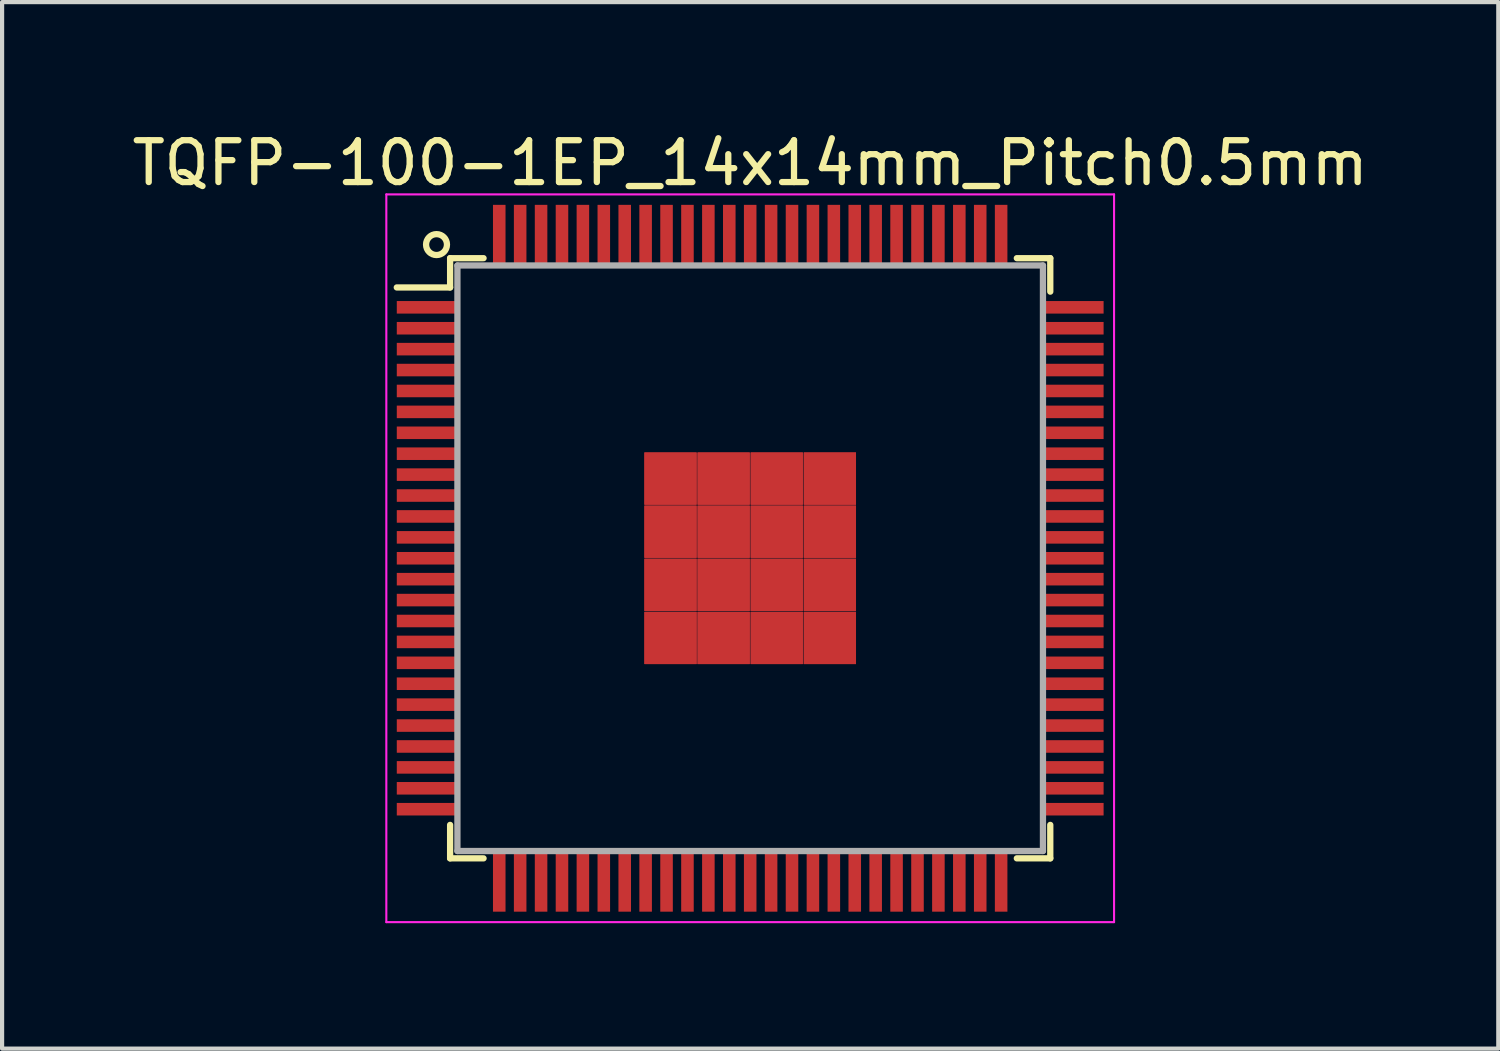
<source format=kicad_pcb>
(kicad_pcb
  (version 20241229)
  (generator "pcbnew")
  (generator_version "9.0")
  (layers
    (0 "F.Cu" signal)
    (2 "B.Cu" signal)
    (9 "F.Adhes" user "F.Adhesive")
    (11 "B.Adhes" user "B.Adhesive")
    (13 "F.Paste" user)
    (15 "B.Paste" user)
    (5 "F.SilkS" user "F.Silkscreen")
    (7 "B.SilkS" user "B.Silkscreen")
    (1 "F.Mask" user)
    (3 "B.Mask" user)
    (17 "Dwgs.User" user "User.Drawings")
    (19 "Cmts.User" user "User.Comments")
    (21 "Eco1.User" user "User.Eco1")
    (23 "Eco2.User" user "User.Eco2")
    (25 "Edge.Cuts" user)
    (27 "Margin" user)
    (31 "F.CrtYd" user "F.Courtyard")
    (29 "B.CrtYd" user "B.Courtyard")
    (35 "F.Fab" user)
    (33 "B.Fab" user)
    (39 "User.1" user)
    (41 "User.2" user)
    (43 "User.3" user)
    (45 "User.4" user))
  (footprint "TQFP-100-1EP_14x14mm_Pitch0.5mm"
    (layer "F.Cu")
    (at 14.887 10.298)
    (property "Reference" "TQFP-100-1EP_14x14mm_Pitch0.5mm" (at 0 -9.45 0) (layer "F.SilkS") (effects (font (size 1 1) (thickness 0.15))))
    (attr smd)
    (fp_line (start -7.175 -7.175) (end -7.175 -6.475) (stroke (width 0.15) (type solid)) (layer "F.SilkS"))
    (fp_line (start -7.175 -7.175) (end -6.375 -7.175) (stroke (width 0.15) (type solid)) (layer "F.SilkS"))
    (fp_line (start -7.175 -6.475) (end -8.45 -6.475) (stroke (width 0.15) (type solid)) (layer "F.SilkS"))
    (fp_line (start -7.175 7.175) (end -7.175 6.375) (stroke (width 0.15) (type solid)) (layer "F.SilkS"))
    (fp_line (start -7.175 7.175) (end -6.375 7.175) (stroke (width 0.15) (type solid)) (layer "F.SilkS"))
    (fp_line (start 7.175 -7.175) (end 6.375 -7.175) (stroke (width 0.15) (type solid)) (layer "F.SilkS"))
    (fp_line (start 7.175 -7.175) (end 7.175 -6.375) (stroke (width 0.15) (type solid)) (layer "F.SilkS"))
    (fp_line (start 7.175 7.175) (end 6.375 7.175) (stroke (width 0.15) (type solid)) (layer "F.SilkS"))
    (fp_line (start 7.175 7.175) (end 7.175 6.375) (stroke (width 0.15) (type solid)) (layer "F.SilkS"))
    (fp_circle (center -7.5 -7.5) (end -7.25 -7.5) (stroke (width 0.15) (type solid)) (fill no) (layer "F.SilkS"))
    (fp_line (start -8.7 -8.7) (end -8.7 8.7) (stroke (width 0.05) (type solid)) (layer "F.CrtYd"))
    (fp_line (start -8.7 -8.7) (end 8.7 -8.7) (stroke (width 0.05) (type solid)) (layer "F.CrtYd"))
    (fp_line (start -8.7 8.7) (end 8.7 8.7) (stroke (width 0.05) (type solid)) (layer "F.CrtYd"))
    (fp_line (start 8.7 -8.7) (end 8.7 8.7) (stroke (width 0.05) (type solid)) (layer "F.CrtYd"))
    (fp_line (start -7 -7) (end -7 7) (stroke (width 0.15) (type solid)) (layer "F.Fab"))
    (fp_line (start -7 7) (end 7 7) (stroke (width 0.15) (type solid)) (layer "F.Fab"))
    (fp_line (start 7 -7) (end -7 -7) (stroke (width 0.15) (type solid)) (layer "F.Fab"))
    (fp_line (start 7 7) (end 7 -7) (stroke (width 0.15) (type solid)) (layer "F.Fab"))
    (pad "1" smd rect (at -7.7 -6) (size 1.5 0.3) (layers "F.Cu" "F.Mask" "F.Paste"))
    (pad "2" smd rect (at -7.7 -5.5) (size 1.5 0.3) (layers "F.Cu" "F.Mask" "F.Paste"))
    (pad "3" smd rect (at -7.7 -5) (size 1.5 0.3) (layers "F.Cu" "F.Mask" "F.Paste"))
    (pad "4" smd rect (at -7.7 -4.5) (size 1.5 0.3) (layers "F.Cu" "F.Mask" "F.Paste"))
    (pad "5" smd rect (at -7.7 -4) (size 1.5 0.3) (layers "F.Cu" "F.Mask" "F.Paste"))
    (pad "6" smd rect (at -7.7 -3.5) (size 1.5 0.3) (layers "F.Cu" "F.Mask" "F.Paste"))
    (pad "7" smd rect (at -7.7 -3) (size 1.5 0.3) (layers "F.Cu" "F.Mask" "F.Paste"))
    (pad "8" smd rect (at -7.7 -2.5) (size 1.5 0.3) (layers "F.Cu" "F.Mask" "F.Paste"))
    (pad "9" smd rect (at -7.7 -2) (size 1.5 0.3) (layers "F.Cu" "F.Mask" "F.Paste"))
    (pad "10" smd rect (at -7.7 -1.5) (size 1.5 0.3) (layers "F.Cu" "F.Mask" "F.Paste"))
    (pad "11" smd rect (at -7.7 -1) (size 1.5 0.3) (layers "F.Cu" "F.Mask" "F.Paste"))
    (pad "12" smd rect (at -7.7 -0.5) (size 1.5 0.3) (layers "F.Cu" "F.Mask" "F.Paste"))
    (pad "13" smd rect (at -7.7 0) (size 1.5 0.3) (layers "F.Cu" "F.Mask" "F.Paste"))
    (pad "14" smd rect (at -7.7 0.5) (size 1.5 0.3) (layers "F.Cu" "F.Mask" "F.Paste"))
    (pad "15" smd rect (at -7.7 1) (size 1.5 0.3) (layers "F.Cu" "F.Mask" "F.Paste"))
    (pad "16" smd rect (at -7.7 1.5) (size 1.5 0.3) (layers "F.Cu" "F.Mask" "F.Paste"))
    (pad "17" smd rect (at -7.7 2) (size 1.5 0.3) (layers "F.Cu" "F.Mask" "F.Paste"))
    (pad "18" smd rect (at -7.7 2.5) (size 1.5 0.3) (layers "F.Cu" "F.Mask" "F.Paste"))
    (pad "19" smd rect (at -7.7 3) (size 1.5 0.3) (layers "F.Cu" "F.Mask" "F.Paste"))
    (pad "20" smd rect (at -7.7 3.5) (size 1.5 0.3) (layers "F.Cu" "F.Mask" "F.Paste"))
    (pad "21" smd rect (at -7.7 4) (size 1.5 0.3) (layers "F.Cu" "F.Mask" "F.Paste"))
    (pad "22" smd rect (at -7.7 4.5) (size 1.5 0.3) (layers "F.Cu" "F.Mask" "F.Paste"))
    (pad "23" smd rect (at -7.7 5) (size 1.5 0.3) (layers "F.Cu" "F.Mask" "F.Paste"))
    (pad "24" smd rect (at -7.7 5.5) (size 1.5 0.3) (layers "F.Cu" "F.Mask" "F.Paste"))
    (pad "25" smd rect (at -7.7 6) (size 1.5 0.3) (layers "F.Cu" "F.Mask" "F.Paste"))
    (pad "26" smd rect (at -6 7.7 90) (size 1.5 0.3) (layers "F.Cu" "F.Mask" "F.Paste"))
    (pad "27" smd rect (at -5.5 7.7 90) (size 1.5 0.3) (layers "F.Cu" "F.Mask" "F.Paste"))
    (pad "28" smd rect (at -5 7.7 90) (size 1.5 0.3) (layers "F.Cu" "F.Mask" "F.Paste"))
    (pad "29" smd rect (at -4.5 7.7 90) (size 1.5 0.3) (layers "F.Cu" "F.Mask" "F.Paste"))
    (pad "30" smd rect (at -4 7.7 90) (size 1.5 0.3) (layers "F.Cu" "F.Mask" "F.Paste"))
    (pad "31" smd rect (at -3.5 7.7 90) (size 1.5 0.3) (layers "F.Cu" "F.Mask" "F.Paste"))
    (pad "32" smd rect (at -3 7.7 90) (size 1.5 0.3) (layers "F.Cu" "F.Mask" "F.Paste"))
    (pad "33" smd rect (at -2.5 7.7 90) (size 1.5 0.3) (layers "F.Cu" "F.Mask" "F.Paste"))
    (pad "34" smd rect (at -2 7.7 90) (size 1.5 0.3) (layers "F.Cu" "F.Mask" "F.Paste"))
    (pad "35" smd rect (at -1.5 7.7 90) (size 1.5 0.3) (layers "F.Cu" "F.Mask" "F.Paste"))
    (pad "36" smd rect (at -1 7.7 90) (size 1.5 0.3) (layers "F.Cu" "F.Mask" "F.Paste"))
    (pad "37" smd rect (at -0.5 7.7 90) (size 1.5 0.3) (layers "F.Cu" "F.Mask" "F.Paste"))
    (pad "38" smd rect (at 0 7.7 90) (size 1.5 0.3) (layers "F.Cu" "F.Mask" "F.Paste"))
    (pad "39" smd rect (at 0.5 7.7 90) (size 1.5 0.3) (layers "F.Cu" "F.Mask" "F.Paste"))
    (pad "40" smd rect (at 1 7.7 90) (size 1.5 0.3) (layers "F.Cu" "F.Mask" "F.Paste"))
    (pad "41" smd rect (at 1.5 7.7 90) (size 1.5 0.3) (layers "F.Cu" "F.Mask" "F.Paste"))
    (pad "42" smd rect (at 2 7.7 90) (size 1.5 0.3) (layers "F.Cu" "F.Mask" "F.Paste"))
    (pad "43" smd rect (at 2.5 7.7 90) (size 1.5 0.3) (layers "F.Cu" "F.Mask" "F.Paste"))
    (pad "44" smd rect (at 3 7.7 90) (size 1.5 0.3) (layers "F.Cu" "F.Mask" "F.Paste"))
    (pad "45" smd rect (at 3.5 7.7 90) (size 1.5 0.3) (layers "F.Cu" "F.Mask" "F.Paste"))
    (pad "46" smd rect (at 4 7.7 90) (size 1.5 0.3) (layers "F.Cu" "F.Mask" "F.Paste"))
    (pad "47" smd rect (at 4.5 7.7 90) (size 1.5 0.3) (layers "F.Cu" "F.Mask" "F.Paste"))
    (pad "48" smd rect (at 5 7.7 90) (size 1.5 0.3) (layers "F.Cu" "F.Mask" "F.Paste"))
    (pad "49" smd rect (at 5.5 7.7 90) (size 1.5 0.3) (layers "F.Cu" "F.Mask" "F.Paste"))
    (pad "50" smd rect (at 6 7.7 90) (size 1.5 0.3) (layers "F.Cu" "F.Mask" "F.Paste"))
    (pad "51" smd rect (at 7.7 6) (size 1.5 0.3) (layers "F.Cu" "F.Mask" "F.Paste"))
    (pad "52" smd rect (at 7.7 5.5) (size 1.5 0.3) (layers "F.Cu" "F.Mask" "F.Paste"))
    (pad "53" smd rect (at 7.7 5) (size 1.5 0.3) (layers "F.Cu" "F.Mask" "F.Paste"))
    (pad "54" smd rect (at 7.7 4.5) (size 1.5 0.3) (layers "F.Cu" "F.Mask" "F.Paste"))
    (pad "55" smd rect (at 7.7 4) (size 1.5 0.3) (layers "F.Cu" "F.Mask" "F.Paste"))
    (pad "56" smd rect (at 7.7 3.5) (size 1.5 0.3) (layers "F.Cu" "F.Mask" "F.Paste"))
    (pad "57" smd rect (at 7.7 3) (size 1.5 0.3) (layers "F.Cu" "F.Mask" "F.Paste"))
    (pad "58" smd rect (at 7.7 2.5) (size 1.5 0.3) (layers "F.Cu" "F.Mask" "F.Paste"))
    (pad "59" smd rect (at 7.7 2) (size 1.5 0.3) (layers "F.Cu" "F.Mask" "F.Paste"))
    (pad "60" smd rect (at 7.7 1.5) (size 1.5 0.3) (layers "F.Cu" "F.Mask" "F.Paste"))
    (pad "61" smd rect (at 7.7 1) (size 1.5 0.3) (layers "F.Cu" "F.Mask" "F.Paste"))
    (pad "62" smd rect (at 7.7 0.5) (size 1.5 0.3) (layers "F.Cu" "F.Mask" "F.Paste"))
    (pad "63" smd rect (at 7.7 0) (size 1.5 0.3) (layers "F.Cu" "F.Mask" "F.Paste"))
    (pad "64" smd rect (at 7.7 -0.5) (size 1.5 0.3) (layers "F.Cu" "F.Mask" "F.Paste"))
    (pad "65" smd rect (at 7.7 -1) (size 1.5 0.3) (layers "F.Cu" "F.Mask" "F.Paste"))
    (pad "66" smd rect (at 7.7 -1.5) (size 1.5 0.3) (layers "F.Cu" "F.Mask" "F.Paste"))
    (pad "67" smd rect (at 7.7 -2) (size 1.5 0.3) (layers "F.Cu" "F.Mask" "F.Paste"))
    (pad "68" smd rect (at 7.7 -2.5) (size 1.5 0.3) (layers "F.Cu" "F.Mask" "F.Paste"))
    (pad "69" smd rect (at 7.7 -3) (size 1.5 0.3) (layers "F.Cu" "F.Mask" "F.Paste"))
    (pad "70" smd rect (at 7.7 -3.5) (size 1.5 0.3) (layers "F.Cu" "F.Mask" "F.Paste"))
    (pad "71" smd rect (at 7.7 -4) (size 1.5 0.3) (layers "F.Cu" "F.Mask" "F.Paste"))
    (pad "72" smd rect (at 7.7 -4.5) (size 1.5 0.3) (layers "F.Cu" "F.Mask" "F.Paste"))
    (pad "73" smd rect (at 7.7 -5) (size 1.5 0.3) (layers "F.Cu" "F.Mask" "F.Paste"))
    (pad "74" smd rect (at 7.7 -5.5) (size 1.5 0.3) (layers "F.Cu" "F.Mask" "F.Paste"))
    (pad "75" smd rect (at 7.7 -6) (size 1.5 0.3) (layers "F.Cu" "F.Mask" "F.Paste"))
    (pad "76" smd rect (at 6 -7.7 90) (size 1.5 0.3) (layers "F.Cu" "F.Mask" "F.Paste"))
    (pad "77" smd rect (at 5.5 -7.7 90) (size 1.5 0.3) (layers "F.Cu" "F.Mask" "F.Paste"))
    (pad "78" smd rect (at 5 -7.7 90) (size 1.5 0.3) (layers "F.Cu" "F.Mask" "F.Paste"))
    (pad "79" smd rect (at 4.5 -7.7 90) (size 1.5 0.3) (layers "F.Cu" "F.Mask" "F.Paste"))
    (pad "80" smd rect (at 4 -7.7 90) (size 1.5 0.3) (layers "F.Cu" "F.Mask" "F.Paste"))
    (pad "81" smd rect (at 3.5 -7.7 90) (size 1.5 0.3) (layers "F.Cu" "F.Mask" "F.Paste"))
    (pad "82" smd rect (at 3 -7.7 90) (size 1.5 0.3) (layers "F.Cu" "F.Mask" "F.Paste"))
    (pad "83" smd rect (at 2.5 -7.7 90) (size 1.5 0.3) (layers "F.Cu" "F.Mask" "F.Paste"))
    (pad "84" smd rect (at 2 -7.7 90) (size 1.5 0.3) (layers "F.Cu" "F.Mask" "F.Paste"))
    (pad "85" smd rect (at 1.5 -7.7 90) (size 1.5 0.3) (layers "F.Cu" "F.Mask" "F.Paste"))
    (pad "86" smd rect (at 1 -7.7 90) (size 1.5 0.3) (layers "F.Cu" "F.Mask" "F.Paste"))
    (pad "87" smd rect (at 0.5 -7.7 90) (size 1.5 0.3) (layers "F.Cu" "F.Mask" "F.Paste"))
    (pad "88" smd rect (at 0 -7.7 90) (size 1.5 0.3) (layers "F.Cu" "F.Mask" "F.Paste"))
    (pad "89" smd rect (at -0.5 -7.7 90) (size 1.5 0.3) (layers "F.Cu" "F.Mask" "F.Paste"))
    (pad "90" smd rect (at -1 -7.7 90) (size 1.5 0.3) (layers "F.Cu" "F.Mask" "F.Paste"))
    (pad "91" smd rect (at -1.5 -7.7 90) (size 1.5 0.3) (layers "F.Cu" "F.Mask" "F.Paste"))
    (pad "92" smd rect (at -2 -7.7 90) (size 1.5 0.3) (layers "F.Cu" "F.Mask" "F.Paste"))
    (pad "93" smd rect (at -2.5 -7.7 90) (size 1.5 0.3) (layers "F.Cu" "F.Mask" "F.Paste"))
    (pad "94" smd rect (at -3 -7.7 90) (size 1.5 0.3) (layers "F.Cu" "F.Mask" "F.Paste"))
    (pad "95" smd rect (at -3.5 -7.7 90) (size 1.5 0.3) (layers "F.Cu" "F.Mask" "F.Paste"))
    (pad "96" smd rect (at -4 -7.7 90) (size 1.5 0.3) (layers "F.Cu" "F.Mask" "F.Paste"))
    (pad "97" smd rect (at -4.5 -7.7 90) (size 1.5 0.3) (layers "F.Cu" "F.Mask" "F.Paste"))
    (pad "98" smd rect (at -5 -7.7 90) (size 1.5 0.3) (layers "F.Cu" "F.Mask" "F.Paste"))
    (pad "99" smd rect (at -5.5 -7.7 90) (size 1.5 0.3) (layers "F.Cu" "F.Mask" "F.Paste"))
    (pad "100" smd rect (at -6 -7.7 90) (size 1.5 0.3) (layers "F.Cu" "F.Mask" "F.Paste"))
    (pad "101" smd rect (at -1.905 -1.905) (size 1.25 1.25) (layers "F.Cu" "F.Mask" "F.Paste"))
    (pad "101" smd rect (at -1.905 -1.905) (size 1.25 1.25) (layers "F.Cu" "F.Mask" "F.Paste"))
    (pad "101" smd rect (at -1.905 -0.635) (size 1.25 1.25) (layers "F.Cu" "F.Mask" "F.Paste"))
    (pad "101" smd rect (at -1.905 -0.635) (size 1.25 1.25) (layers "F.Cu" "F.Mask" "F.Paste"))
    (pad "101" smd rect (at -1.905 0.635) (size 1.25 1.25) (layers "F.Cu" "F.Mask" "F.Paste"))
    (pad "101" smd rect (at -1.905 0.635) (size 1.25 1.25) (layers "F.Cu" "F.Mask" "F.Paste"))
    (pad "101" smd rect (at -1.905 1.905) (size 1.25 1.25) (layers "F.Cu" "F.Mask" "F.Paste"))
    (pad "101" smd rect (at -1.905 1.905) (size 1.25 1.25) (layers "F.Cu" "F.Mask" "F.Paste"))
    (pad "101" smd rect (at -0.635 -1.905) (size 1.25 1.25) (layers "F.Cu" "F.Mask" "F.Paste"))
    (pad "101" smd rect (at -0.635 -1.905) (size 1.25 1.25) (layers "F.Cu" "F.Mask" "F.Paste"))
    (pad "101" smd rect (at -0.635 -0.635) (size 1.25 1.25) (layers "F.Cu" "F.Mask" "F.Paste"))
    (pad "101" smd rect (at -0.635 -0.635) (size 1.25 1.25) (layers "F.Cu" "F.Mask" "F.Paste"))
    (pad "101" smd rect (at -0.635 0.635) (size 1.25 1.25) (layers "F.Cu" "F.Mask" "F.Paste"))
    (pad "101" smd rect (at -0.635 0.635) (size 1.25 1.25) (layers "F.Cu" "F.Mask" "F.Paste"))
    (pad "101" smd rect (at -0.635 1.905) (size 1.25 1.25) (layers "F.Cu" "F.Mask" "F.Paste"))
    (pad "101" smd rect (at -0.635 1.905) (size 1.25 1.25) (layers "F.Cu" "F.Mask" "F.Paste"))
    (pad "101" smd rect (at 0.635 -1.905) (size 1.25 1.25) (layers "F.Cu" "F.Mask" "F.Paste"))
    (pad "101" smd rect (at 0.635 -1.905) (size 1.25 1.25) (layers "F.Cu" "F.Mask" "F.Paste"))
    (pad "101" smd rect (at 0.635 -0.635) (size 1.25 1.25) (layers "F.Cu" "F.Mask" "F.Paste"))
    (pad "101" smd rect (at 0.635 -0.635) (size 1.25 1.25) (layers "F.Cu" "F.Mask" "F.Paste"))
    (pad "101" smd rect (at 0.635 0.635) (size 1.25 1.25) (layers "F.Cu" "F.Mask" "F.Paste"))
    (pad "101" smd rect (at 0.635 0.635) (size 1.25 1.25) (layers "F.Cu" "F.Mask" "F.Paste"))
    (pad "101" smd rect (at 0.635 1.905) (size 1.25 1.25) (layers "F.Cu" "F.Mask" "F.Paste"))
    (pad "101" smd rect (at 0.635 1.905) (size 1.25 1.25) (layers "F.Cu" "F.Mask" "F.Paste"))
    (pad "101" smd rect (at 1.905 -1.905) (size 1.25 1.25) (layers "F.Cu" "F.Mask" "F.Paste"))
    (pad "101" smd rect (at 1.905 -1.905) (size 1.25 1.25) (layers "F.Cu" "F.Mask" "F.Paste"))
    (pad "101" smd rect (at 1.905 -0.635) (size 1.25 1.25) (layers "F.Cu" "F.Mask" "F.Paste"))
    (pad "101" smd rect (at 1.905 -0.635) (size 1.25 1.25) (layers "F.Cu" "F.Mask" "F.Paste"))
    (pad "101" smd rect (at 1.905 0.635) (size 1.25 1.25) (layers "F.Cu" "F.Mask" "F.Paste"))
    (pad "101" smd rect (at 1.905 0.635) (size 1.25 1.25) (layers "F.Cu" "F.Mask" "F.Paste"))
    (pad "101" smd rect (at 1.905 1.905) (size 1.25 1.25) (layers "F.Cu" "F.Mask" "F.Paste"))
    (pad "101" smd rect (at 1.905 1.905) (size 1.25 1.25) (layers "F.Cu" "F.Mask" "F.Paste")))
  (gr_rect
    (start -3 -3)
    (end 32.774 22.023)
    (stroke (width 0.1) (type default))
    (fill no)
    (layer "Edge.Cuts")))
</source>
